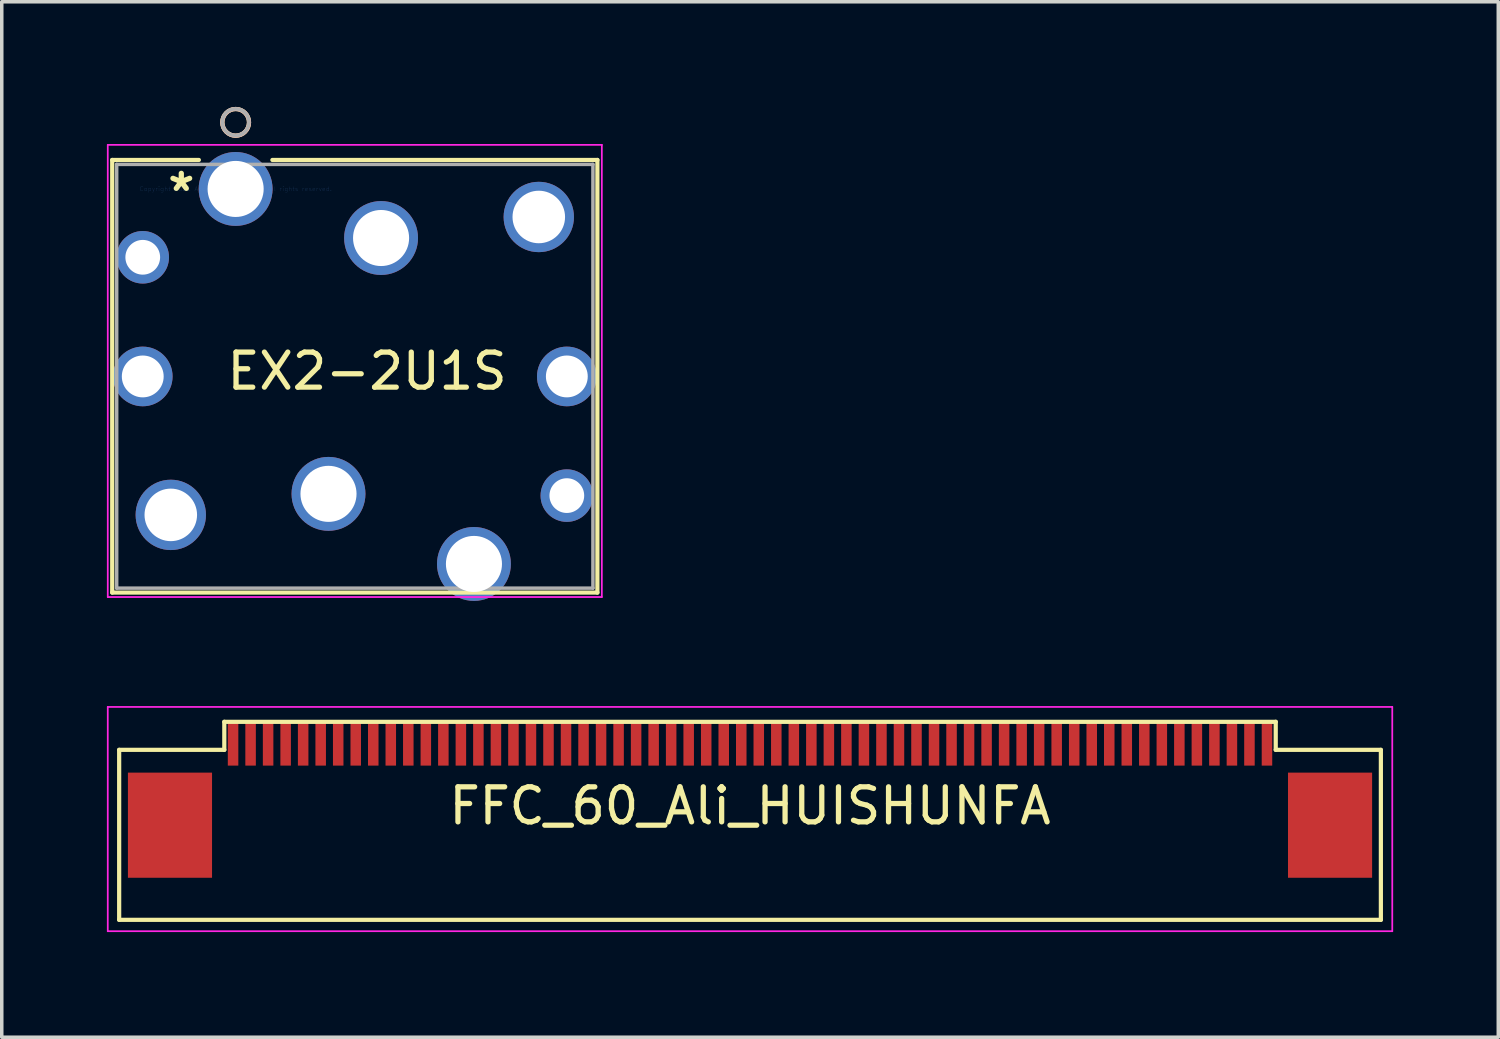
<source format=kicad_pcb>
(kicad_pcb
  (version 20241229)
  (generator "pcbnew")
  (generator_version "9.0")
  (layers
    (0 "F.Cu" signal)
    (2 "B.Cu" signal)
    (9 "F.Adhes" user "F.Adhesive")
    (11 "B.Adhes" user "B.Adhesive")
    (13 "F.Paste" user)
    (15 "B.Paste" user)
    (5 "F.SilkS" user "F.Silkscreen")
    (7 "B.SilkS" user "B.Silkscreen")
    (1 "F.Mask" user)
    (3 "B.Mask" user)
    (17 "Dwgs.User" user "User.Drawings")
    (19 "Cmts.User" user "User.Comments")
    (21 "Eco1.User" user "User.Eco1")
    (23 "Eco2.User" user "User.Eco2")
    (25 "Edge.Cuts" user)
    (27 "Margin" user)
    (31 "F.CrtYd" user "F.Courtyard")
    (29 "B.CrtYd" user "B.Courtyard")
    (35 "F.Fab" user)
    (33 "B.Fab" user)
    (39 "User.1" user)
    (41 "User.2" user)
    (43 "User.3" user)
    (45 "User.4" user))
  (footprint "FFC_60_Ali_HUISHUNFA"
    (layer "F.Cu")
    (at 3.6 18.17)
    (property "Reference" "FFC_60_Ali_HUISHUNFA" (at 14.75 1.775 0) (layer "F.SilkS") (effects (font (size 1 1) (thickness 0.15))))
    (attr smd)
    (fp_line (start -3.25 0.175) (end -0.25 0.175) (stroke (width 0.12) (type solid)) (layer "F.SilkS"))
    (fp_line (start -3.25 5.025) (end -3.25 0.175) (stroke (width 0.12) (type solid)) (layer "F.SilkS"))
    (fp_line (start -3.25 5.025) (end 32.75 5.025) (stroke (width 0.12) (type solid)) (layer "F.SilkS"))
    (fp_line (start -0.25 -0.625) (end 29.75 -0.625) (stroke (width 0.12) (type solid)) (layer "F.SilkS"))
    (fp_line (start -0.25 0.175) (end -0.25 -0.625) (stroke (width 0.12) (type solid)) (layer "F.SilkS"))
    (fp_line (start 29.75 0.175) (end 29.75 -0.625) (stroke (width 0.12) (type solid)) (layer "F.SilkS"))
    (fp_line (start 32.75 0.175) (end 29.75 0.175) (stroke (width 0.12) (type solid)) (layer "F.SilkS"))
    (fp_line (start 32.75 5.025) (end 32.75 0.175) (stroke (width 0.12) (type solid)) (layer "F.SilkS"))
    (fp_line (start -3.575 -1.05) (end -3.575 5.35) (stroke (width 0.05) (type solid)) (layer "F.CrtYd"))
    (fp_line (start -3.575 -1.05) (end 33.075 -1.05) (stroke (width 0.05) (type solid)) (layer "F.CrtYd"))
    (fp_line (start -3.575 5.35) (end 33.075 5.35) (stroke (width 0.05) (type solid)) (layer "F.CrtYd"))
    (fp_line (start 33.075 -1.05) (end 33.075 5.35) (stroke (width 0.05) (type solid)) (layer "F.CrtYd"))
    (pad "1" smd rect (at 0 0) (size 0.3 1.25) (layers "F.Cu" "F.Mask" "F.Paste"))
    (pad "2" smd rect (at 0.5 0) (size 0.3 1.25) (layers "F.Cu" "F.Mask" "F.Paste"))
    (pad "3" smd rect (at 1 0) (size 0.3 1.25) (layers "F.Cu" "F.Mask" "F.Paste"))
    (pad "4" smd rect (at 1.5 0) (size 0.3 1.25) (layers "F.Cu" "F.Mask" "F.Paste"))
    (pad "5" smd rect (at 2 0) (size 0.3 1.25) (layers "F.Cu" "F.Mask" "F.Paste"))
    (pad "6" smd rect (at 2.5 0) (size 0.3 1.25) (layers "F.Cu" "F.Mask" "F.Paste"))
    (pad "7" smd rect (at 3 0) (size 0.3 1.25) (layers "F.Cu" "F.Mask" "F.Paste"))
    (pad "8" smd rect (at 3.5 0) (size 0.3 1.25) (layers "F.Cu" "F.Mask" "F.Paste"))
    (pad "9" smd rect (at 4 0) (size 0.3 1.25) (layers "F.Cu" "F.Mask" "F.Paste"))
    (pad "10" smd rect (at 4.5 0) (size 0.3 1.25) (layers "F.Cu" "F.Mask" "F.Paste"))
    (pad "11" smd rect (at 5 0) (size 0.3 1.25) (layers "F.Cu" "F.Mask" "F.Paste"))
    (pad "12" smd rect (at 5.5 0) (size 0.3 1.25) (layers "F.Cu" "F.Mask" "F.Paste"))
    (pad "13" smd rect (at 6 0) (size 0.3 1.25) (layers "F.Cu" "F.Mask" "F.Paste"))
    (pad "14" smd rect (at 6.5 0) (size 0.3 1.25) (layers "F.Cu" "F.Mask" "F.Paste"))
    (pad "15" smd rect (at 7 0) (size 0.3 1.25) (layers "F.Cu" "F.Mask" "F.Paste"))
    (pad "16" smd rect (at 7.5 0) (size 0.3 1.25) (layers "F.Cu" "F.Mask" "F.Paste"))
    (pad "17" smd rect (at 8 0) (size 0.3 1.25) (layers "F.Cu" "F.Mask" "F.Paste"))
    (pad "18" smd rect (at 8.5 0) (size 0.3 1.25) (layers "F.Cu" "F.Mask" "F.Paste"))
    (pad "19" smd rect (at 9 0) (size 0.3 1.25) (layers "F.Cu" "F.Mask" "F.Paste"))
    (pad "20" smd rect (at 9.5 0) (size 0.3 1.25) (layers "F.Cu" "F.Mask" "F.Paste"))
    (pad "21" smd rect (at 10 0) (size 0.3 1.25) (layers "F.Cu" "F.Mask" "F.Paste"))
    (pad "22" smd rect (at 10.5 0) (size 0.3 1.25) (layers "F.Cu" "F.Mask" "F.Paste"))
    (pad "23" smd rect (at 11 0) (size 0.3 1.25) (layers "F.Cu" "F.Mask" "F.Paste"))
    (pad "24" smd rect (at 11.5 0) (size 0.3 1.25) (layers "F.Cu" "F.Mask" "F.Paste"))
    (pad "25" smd rect (at 12 0) (size 0.3 1.25) (layers "F.Cu" "F.Mask" "F.Paste"))
    (pad "26" smd rect (at 12.5 0) (size 0.3 1.25) (layers "F.Cu" "F.Mask" "F.Paste"))
    (pad "27" smd rect (at 13 0) (size 0.3 1.25) (layers "F.Cu" "F.Mask" "F.Paste"))
    (pad "28" smd rect (at 13.5 0) (size 0.3 1.25) (layers "F.Cu" "F.Mask" "F.Paste"))
    (pad "29" smd rect (at 14 0) (size 0.3 1.25) (layers "F.Cu" "F.Mask" "F.Paste"))
    (pad "30" smd rect (at 14.5 0) (size 0.3 1.25) (layers "F.Cu" "F.Mask" "F.Paste"))
    (pad "31" smd rect (at 15 0) (size 0.3 1.25) (layers "F.Cu" "F.Mask" "F.Paste"))
    (pad "32" smd rect (at 15.5 0) (size 0.3 1.25) (layers "F.Cu" "F.Mask" "F.Paste"))
    (pad "33" smd rect (at 16 0) (size 0.3 1.25) (layers "F.Cu" "F.Mask" "F.Paste"))
    (pad "34" smd rect (at 16.5 0) (size 0.3 1.25) (layers "F.Cu" "F.Mask" "F.Paste"))
    (pad "35" smd rect (at 17 0) (size 0.3 1.25) (layers "F.Cu" "F.Mask" "F.Paste"))
    (pad "36" smd rect (at 17.5 0) (size 0.3 1.25) (layers "F.Cu" "F.Mask" "F.Paste"))
    (pad "37" smd rect (at 18 0) (size 0.3 1.25) (layers "F.Cu" "F.Mask" "F.Paste"))
    (pad "38" smd rect (at 18.5 0) (size 0.3 1.25) (layers "F.Cu" "F.Mask" "F.Paste"))
    (pad "39" smd rect (at 19 0) (size 0.3 1.25) (layers "F.Cu" "F.Mask" "F.Paste"))
    (pad "40" smd rect (at 19.5 0) (size 0.3 1.25) (layers "F.Cu" "F.Mask" "F.Paste"))
    (pad "41" smd rect (at 20 0) (size 0.3 1.25) (layers "F.Cu" "F.Mask" "F.Paste"))
    (pad "42" smd rect (at 20.5 0) (size 0.3 1.25) (layers "F.Cu" "F.Mask" "F.Paste"))
    (pad "43" smd rect (at 21 0) (size 0.3 1.25) (layers "F.Cu" "F.Mask" "F.Paste"))
    (pad "44" smd rect (at 21.5 0) (size 0.3 1.25) (layers "F.Cu" "F.Mask" "F.Paste"))
    (pad "45" smd rect (at 22 0) (size 0.3 1.25) (layers "F.Cu" "F.Mask" "F.Paste"))
    (pad "46" smd rect (at 22.5 0) (size 0.3 1.25) (layers "F.Cu" "F.Mask" "F.Paste"))
    (pad "47" smd rect (at 23 0) (size 0.3 1.25) (layers "F.Cu" "F.Mask" "F.Paste"))
    (pad "48" smd rect (at 23.5 0) (size 0.3 1.25) (layers "F.Cu" "F.Mask" "F.Paste"))
    (pad "49" smd rect (at 24 0) (size 0.3 1.25) (layers "F.Cu" "F.Mask" "F.Paste"))
    (pad "50" smd rect (at 24.5 0) (size 0.3 1.25) (layers "F.Cu" "F.Mask" "F.Paste"))
    (pad "51" smd rect (at 25 0) (size 0.3 1.25) (layers "F.Cu" "F.Mask" "F.Paste"))
    (pad "52" smd rect (at 25.5 0) (size 0.3 1.25) (layers "F.Cu" "F.Mask" "F.Paste"))
    (pad "53" smd rect (at 26 0) (size 0.3 1.25) (layers "F.Cu" "F.Mask" "F.Paste"))
    (pad "54" smd rect (at 26.5 0) (size 0.3 1.25) (layers "F.Cu" "F.Mask" "F.Paste"))
    (pad "55" smd rect (at 27 0) (size 0.3 1.25) (layers "F.Cu" "F.Mask" "F.Paste"))
    (pad "56" smd rect (at 27.5 0) (size 0.3 1.25) (layers "F.Cu" "F.Mask" "F.Paste"))
    (pad "57" smd rect (at 28 0) (size 0.3 1.25) (layers "F.Cu" "F.Mask" "F.Paste"))
    (pad "58" smd rect (at 28.5 0) (size 0.3 1.25) (layers "F.Cu" "F.Mask" "F.Paste"))
    (pad "59" smd rect (at 29 0) (size 0.3 1.25) (layers "F.Cu" "F.Mask" "F.Paste"))
    (pad "60" smd rect (at 29.5 0) (size 0.3 1.25) (layers "F.Cu" "F.Mask" "F.Paste"))
    (pad "G1" smd rect (at -1.8 2.325) (size 2.4 3) (layers "F.Cu" "F.Mask" "F.Paste"))
    (pad "G2" smd rect (at 31.3 2.325) (size 2.4 3) (layers "F.Cu" "F.Mask" "F.Paste")))
  (footprint "EX2-2U1S"
    (layer "F.Cu")
    (at 3.673 2.341)
    (property "Reference" "EX2-2U1S" (at 3.75 5.2 0) (layer "F.SilkS") (effects (font (size 1 1) (thickness 0.15))))
    (attr through_hole)
    (fp_line (start -3.521 -0.827) (end -3.521 11.517) (stroke (width 0.12) (type solid)) (layer "F.SilkS"))
    (fp_line (start -3.521 11.517) (end 10.322 11.517) (stroke (width 0.12) (type solid)) (layer "F.SilkS"))
    (fp_line (start -1.049 -0.827) (end -3.521 -0.827) (stroke (width 0.12) (type solid)) (layer "F.SilkS"))
    (fp_line (start 10.322 -0.827) (end 1.049 -0.827) (stroke (width 0.12) (type solid)) (layer "F.SilkS"))
    (fp_line (start 10.322 11.517) (end 10.322 -0.827) (stroke (width 0.12) (type solid)) (layer "F.SilkS"))
    (fp_circle (center 0.001 -1.9) (end 0.382 -1.9) (stroke (width 0.12) (type solid)) (fill no) (layer "F.SilkS"))
    (fp_circle (center 0.001 -1.9) (end 0.382 -1.9) (stroke (width 0.12) (type solid)) (fill no) (layer "B.SilkS"))
    (fp_line (start -3.648 -1.257) (end -3.648 11.644) (stroke (width 0.05) (type solid)) (layer "F.CrtYd"))
    (fp_line (start -3.648 11.644) (end 10.449 11.644) (stroke (width 0.05) (type solid)) (layer "F.CrtYd"))
    (fp_line (start 10.449 -1.257) (end -3.648 -1.257) (stroke (width 0.05) (type solid)) (layer "F.CrtYd"))
    (fp_line (start 10.449 11.644) (end 10.449 -1.257) (stroke (width 0.05) (type solid)) (layer "F.CrtYd"))
    (fp_line (start -3.394 -0.7) (end -3.394 11.39) (stroke (width 0.1) (type solid)) (layer "F.Fab"))
    (fp_line (start -3.394 11.39) (end 10.195 11.39) (stroke (width 0.1) (type solid)) (layer "F.Fab"))
    (fp_line (start 10.195 -0.7) (end -3.394 -0.7) (stroke (width 0.1) (type solid)) (layer "F.Fab"))
    (fp_line (start 10.195 11.39) (end 10.195 -0.7) (stroke (width 0.1) (type solid)) (layer "F.Fab"))
    (fp_circle (center 0 -1.905) (end 0.381 -1.905) (stroke (width 0.1) (type solid)) (fill no) (layer "F.Fab"))
    (fp_text user "*" (at -1.55 0.1 0) (layer "F.SilkS") (effects (font (size 1 1) (thickness 0.15))))
    (fp_text user "Copyright 2021 Accelerated Designs. All rights reserved." (at 0 0 0) (layer "Cmts.User") (effects (font (size 0.127 0.127) (thickness 0.002))))
    (fp_text user "*" (at 0 0 0) (layer "F.Fab") (effects (font (size 1 1) (thickness 0.15))))
    (pad "1" thru_hole circle (at 0 0) (size 2.108 2.108) (drill 1.6) (layers "*.Cu" "*.Mask"))
    (pad "2" thru_hole circle (at -2.65 1.95) (size 1.499 1.499) (drill 0.991) (layers "*.Cu" "*.Mask"))
    (pad "3" thru_hole circle (at -2.65 5.35) (size 1.702 1.702) (drill 1.194) (layers "*.Cu" "*.Mask"))
    (pad "4" thru_hole circle (at -1.85 9.3) (size 2.007 2.007) (drill 1.499) (layers "*.Cu" "*.Mask"))
    (pad "5" thru_hole circle (at 2.65 8.7) (size 2.108 2.108) (drill 1.6) (layers "*.Cu" "*.Mask"))
    (pad "6" thru_hole circle (at 6.8 10.7) (size 2.108 2.108) (drill 1.6) (layers "*.Cu" "*.Mask"))
    (pad "7" thru_hole circle (at 9.45 8.75) (size 1.499 1.499) (drill 0.991) (layers "*.Cu" "*.Mask"))
    (pad "8" thru_hole circle (at 9.45 5.35) (size 1.702 1.702) (drill 1.194) (layers "*.Cu" "*.Mask"))
    (pad "9" thru_hole circle (at 8.65 0.8) (size 2.007 2.007) (drill 1.499) (layers "*.Cu" "*.Mask"))
    (pad "10" thru_hole circle (at 4.15 1.4) (size 2.108 2.108) (drill 1.6) (layers "*.Cu" "*.Mask")))
  (gr_rect
    (start -3 -3)
    (end 39.7 26.545)
    (stroke (width 0.1) (type default))
    (fill no)
    (layer "Edge.Cuts")))
</source>
